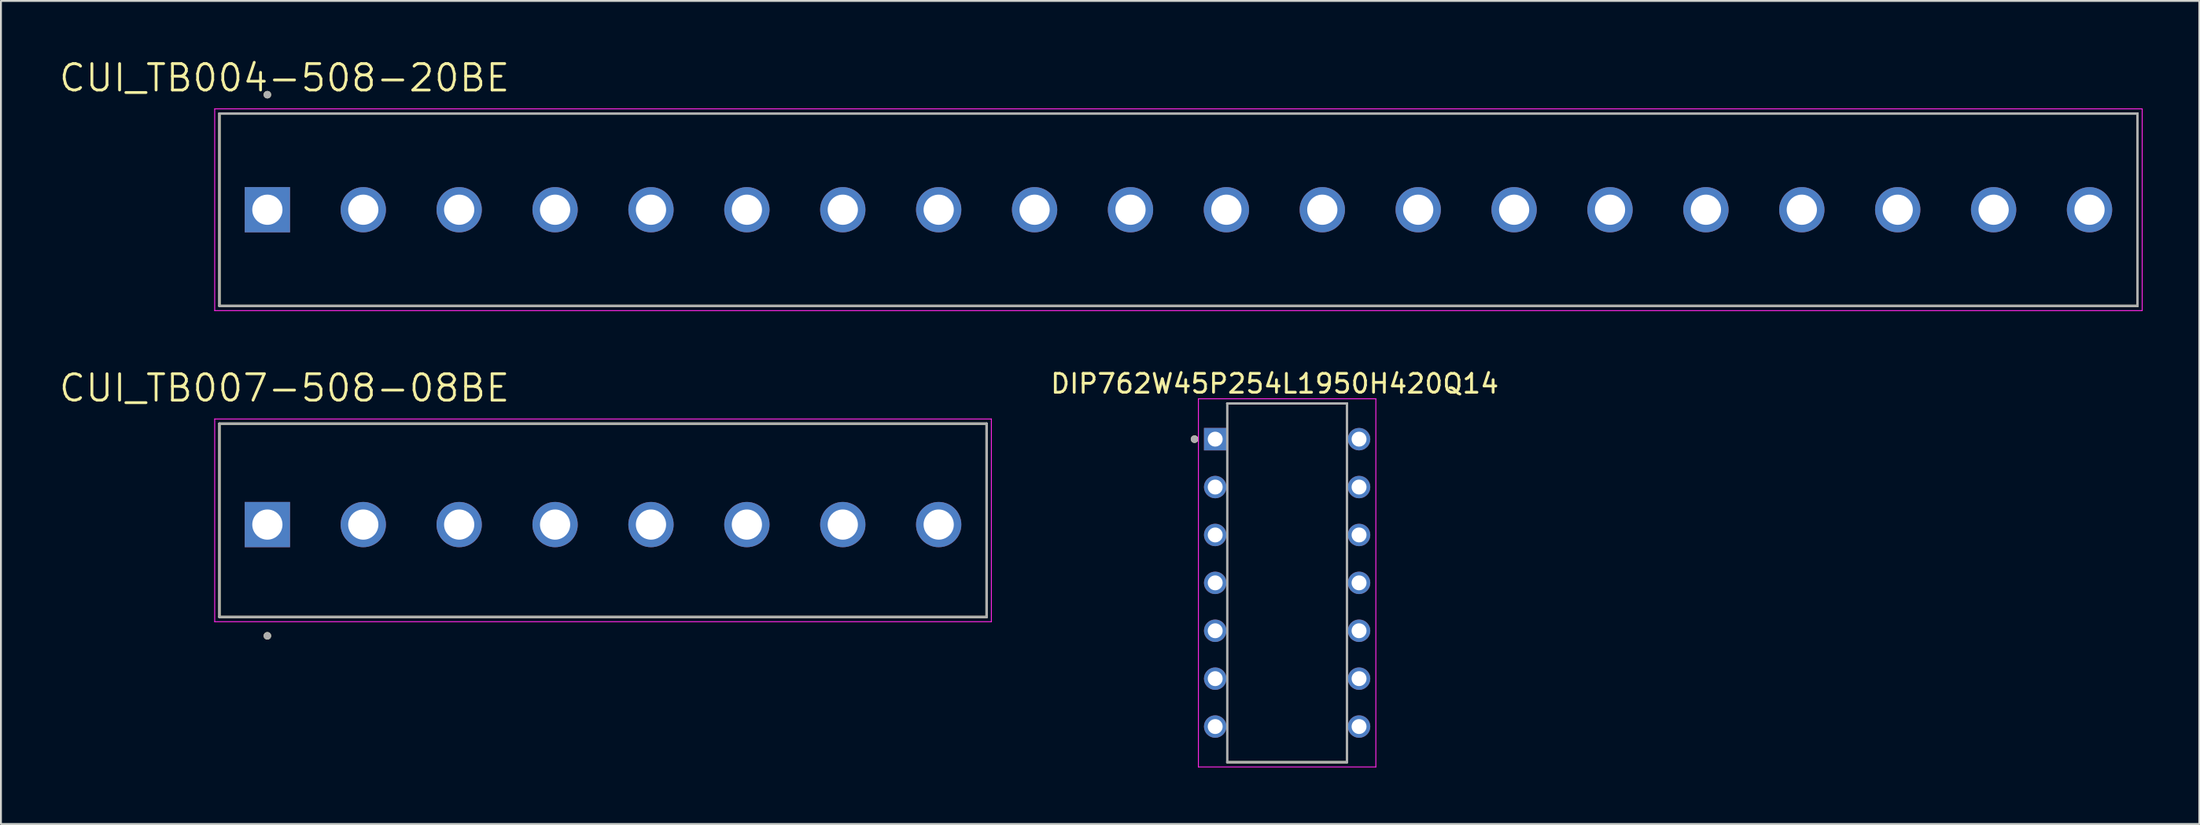
<source format=kicad_pcb>
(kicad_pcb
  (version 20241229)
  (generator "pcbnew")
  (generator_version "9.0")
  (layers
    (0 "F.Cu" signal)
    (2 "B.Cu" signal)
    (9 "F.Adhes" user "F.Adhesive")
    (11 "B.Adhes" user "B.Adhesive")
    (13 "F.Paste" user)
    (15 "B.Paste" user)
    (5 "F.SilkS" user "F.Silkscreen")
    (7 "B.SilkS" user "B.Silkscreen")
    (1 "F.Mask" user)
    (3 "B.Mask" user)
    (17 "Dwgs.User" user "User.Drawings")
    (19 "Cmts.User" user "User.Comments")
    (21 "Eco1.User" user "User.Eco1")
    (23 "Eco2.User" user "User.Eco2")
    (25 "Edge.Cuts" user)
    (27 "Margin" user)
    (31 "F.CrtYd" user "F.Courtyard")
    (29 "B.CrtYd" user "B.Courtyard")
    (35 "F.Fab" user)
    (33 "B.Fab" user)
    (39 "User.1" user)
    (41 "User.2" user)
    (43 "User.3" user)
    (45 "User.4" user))
  (footprint "CUI_TB007-508-08BE"
    (layer "F.Cu")
    (at 11.113 24.767)
    (property "Reference" "CUI_TB007-508-08BE" (at 0.905 -7.239 0) (layer "F.SilkS") (effects (font (size 1.4 1.4) (thickness 0.15))))
    (attr through_hole)
    (fp_line (start -2.54 -5.35) (end 38.1 -5.35) (stroke (width 0.127) (type solid)) (layer "F.SilkS"))
    (fp_line (start -2.54 4.9) (end -2.54 -5.35) (stroke (width 0.127) (type solid)) (layer "F.SilkS"))
    (fp_line (start 38.1 -5.35) (end 38.1 4.9) (stroke (width 0.127) (type solid)) (layer "F.SilkS"))
    (fp_line (start 38.1 4.9) (end -2.54 4.9) (stroke (width 0.127) (type solid)) (layer "F.SilkS"))
    (fp_circle (center 0 5.9) (end 0.1 5.9) (stroke (width 0.2) (type solid)) (fill no) (layer "F.SilkS"))
    (fp_line (start -2.79 -5.6) (end 38.35 -5.6) (stroke (width 0.05) (type solid)) (layer "F.CrtYd"))
    (fp_line (start -2.79 5.15) (end -2.79 -5.6) (stroke (width 0.05) (type solid)) (layer "F.CrtYd"))
    (fp_line (start 38.35 -5.6) (end 38.35 5.15) (stroke (width 0.05) (type solid)) (layer "F.CrtYd"))
    (fp_line (start 38.35 5.15) (end -2.79 5.15) (stroke (width 0.05) (type solid)) (layer "F.CrtYd"))
    (fp_line (start -2.54 -5.35) (end 38.1 -5.35) (stroke (width 0.127) (type solid)) (layer "F.Fab"))
    (fp_line (start -2.54 4.9) (end -2.54 -5.35) (stroke (width 0.127) (type solid)) (layer "F.Fab"))
    (fp_line (start 38.1 -5.35) (end 38.1 4.9) (stroke (width 0.127) (type solid)) (layer "F.Fab"))
    (fp_line (start 38.1 4.9) (end -2.54 4.9) (stroke (width 0.127) (type solid)) (layer "F.Fab"))
    (fp_circle (center 0 5.9) (end 0.1 5.9) (stroke (width 0.2) (type solid)) (fill no) (layer "F.Fab"))
    (pad "1" thru_hole rect (at 0 0) (size 2.4 2.4) (drill 1.6) (layers "*.Cu" "*.Mask"))
    (pad "2" thru_hole circle (at 5.08 0) (size 2.4 2.4) (drill 1.6) (layers "*.Cu" "*.Mask"))
    (pad "3" thru_hole circle (at 10.16 0) (size 2.4 2.4) (drill 1.6) (layers "*.Cu" "*.Mask"))
    (pad "4" thru_hole circle (at 15.24 0) (size 2.4 2.4) (drill 1.6) (layers "*.Cu" "*.Mask"))
    (pad "5" thru_hole circle (at 20.32 0) (size 2.4 2.4) (drill 1.6) (layers "*.Cu" "*.Mask"))
    (pad "6" thru_hole circle (at 25.4 0) (size 2.4 2.4) (drill 1.6) (layers "*.Cu" "*.Mask"))
    (pad "7" thru_hole circle (at 30.48 0) (size 2.4 2.4) (drill 1.6) (layers "*.Cu" "*.Mask"))
    (pad "8" thru_hole circle (at 35.56 0) (size 2.4 2.4) (drill 1.6) (layers "*.Cu" "*.Mask")))
  (footprint "DIP762W45P254L1950H420Q14"
    (layer "F.Cu")
    (at 65.13 27.857)
    (property "Reference" "DIP762W45P254L1950H420Q14" (at -0.66 -10.562 0) (layer "F.SilkS") (effects (font (size 1 1) (thickness 0.15))))
    (attr through_hole)
    (fp_line (start -3.17 -9.512) (end 3.17 -9.512) (stroke (width 0.127) (type solid)) (layer "F.SilkS"))
    (fp_line (start -3.17 9.512) (end 3.17 9.512) (stroke (width 0.127) (type solid)) (layer "F.SilkS"))
    (fp_circle (center -4.905 -7.62) (end -4.805 -7.62) (stroke (width 0.2) (type solid)) (fill no) (layer "F.SilkS"))
    (fp_line (start -4.7 -9.762) (end -4.7 9.762) (stroke (width 0.05) (type solid)) (layer "F.CrtYd"))
    (fp_line (start 4.7 -9.762) (end -4.7 -9.762) (stroke (width 0.05) (type solid)) (layer "F.CrtYd"))
    (fp_line (start 4.7 -9.762) (end 4.7 9.762) (stroke (width 0.05) (type solid)) (layer "F.CrtYd"))
    (fp_line (start 4.7 9.762) (end -4.7 9.762) (stroke (width 0.05) (type solid)) (layer "F.CrtYd"))
    (fp_line (start -3.17 -9.512) (end -3.17 9.512) (stroke (width 0.127) (type solid)) (layer "F.Fab"))
    (fp_line (start -3.17 -9.512) (end 3.17 -9.512) (stroke (width 0.127) (type solid)) (layer "F.Fab"))
    (fp_line (start -3.17 9.512) (end 3.17 9.512) (stroke (width 0.127) (type solid)) (layer "F.Fab"))
    (fp_line (start 3.17 -9.512) (end 3.17 9.512) (stroke (width 0.127) (type solid)) (layer "F.Fab"))
    (fp_circle (center -4.905 -7.62) (end -4.805 -7.62) (stroke (width 0.2) (type solid)) (fill no) (layer "F.Fab"))
    (pad "1" thru_hole rect (at -3.81 -7.62) (size 1.19 1.19) (drill 0.79) (layers "*.Cu" "*.Mask"))
    (pad "2" thru_hole circle (at -3.81 -5.08) (size 1.19 1.19) (drill 0.79) (layers "*.Cu" "*.Mask"))
    (pad "3" thru_hole circle (at -3.81 -2.54) (size 1.19 1.19) (drill 0.79) (layers "*.Cu" "*.Mask"))
    (pad "4" thru_hole circle (at -3.81 0) (size 1.19 1.19) (drill 0.79) (layers "*.Cu" "*.Mask"))
    (pad "5" thru_hole circle (at -3.81 2.54) (size 1.19 1.19) (drill 0.79) (layers "*.Cu" "*.Mask"))
    (pad "6" thru_hole circle (at -3.81 5.08) (size 1.19 1.19) (drill 0.79) (layers "*.Cu" "*.Mask"))
    (pad "7" thru_hole circle (at -3.81 7.62) (size 1.19 1.19) (drill 0.79) (layers "*.Cu" "*.Mask"))
    (pad "8" thru_hole circle (at 3.81 7.62) (size 1.19 1.19) (drill 0.79) (layers "*.Cu" "*.Mask"))
    (pad "9" thru_hole circle (at 3.81 5.08) (size 1.19 1.19) (drill 0.79) (layers "*.Cu" "*.Mask"))
    (pad "10" thru_hole circle (at 3.81 2.54) (size 1.19 1.19) (drill 0.79) (layers "*.Cu" "*.Mask"))
    (pad "11" thru_hole circle (at 3.81 0) (size 1.19 1.19) (drill 0.79) (layers "*.Cu" "*.Mask"))
    (pad "12" thru_hole circle (at 3.81 -2.54) (size 1.19 1.19) (drill 0.79) (layers "*.Cu" "*.Mask"))
    (pad "13" thru_hole circle (at 3.81 -5.08) (size 1.19 1.19) (drill 0.79) (layers "*.Cu" "*.Mask"))
    (pad "14" thru_hole circle (at 3.81 -7.62) (size 1.19 1.19) (drill 0.79) (layers "*.Cu" "*.Mask")))
  (footprint "CUI_TB004-508-20BE"
    (layer "F.Cu")
    (at 11.113 8.071)
    (property "Reference" "CUI_TB004-508-20BE" (at 0.905 -6.989 0) (layer "F.SilkS") (effects (font (size 1.4 1.4) (thickness 0.15))))
    (attr through_hole)
    (fp_line (start -2.54 -5.1) (end 99.06 -5.1) (stroke (width 0.127) (type solid)) (layer "F.SilkS"))
    (fp_line (start -2.54 5.1) (end -2.54 -5.1) (stroke (width 0.127) (type solid)) (layer "F.SilkS"))
    (fp_line (start 99.06 -5.1) (end 99.06 5.1) (stroke (width 0.127) (type solid)) (layer "F.SilkS"))
    (fp_line (start 99.06 5.1) (end -2.54 5.1) (stroke (width 0.127) (type solid)) (layer "F.SilkS"))
    (fp_circle (center 0 -6.1) (end 0.1 -6.1) (stroke (width 0.2) (type solid)) (fill no) (layer "F.SilkS"))
    (fp_line (start -2.79 -5.35) (end 99.31 -5.35) (stroke (width 0.05) (type solid)) (layer "F.CrtYd"))
    (fp_line (start -2.79 5.35) (end -2.79 -5.35) (stroke (width 0.05) (type solid)) (layer "F.CrtYd"))
    (fp_line (start 99.31 -5.35) (end 99.31 5.35) (stroke (width 0.05) (type solid)) (layer "F.CrtYd"))
    (fp_line (start 99.31 5.35) (end -2.79 5.35) (stroke (width 0.05) (type solid)) (layer "F.CrtYd"))
    (fp_line (start -2.54 -5.1) (end 99.06 -5.1) (stroke (width 0.127) (type solid)) (layer "F.Fab"))
    (fp_line (start -2.54 5.1) (end -2.54 -5.1) (stroke (width 0.127) (type solid)) (layer "F.Fab"))
    (fp_line (start 99.06 -5.1) (end 99.06 5.1) (stroke (width 0.127) (type solid)) (layer "F.Fab"))
    (fp_line (start 99.06 5.1) (end -2.54 5.1) (stroke (width 0.127) (type solid)) (layer "F.Fab"))
    (fp_circle (center 0 -6.1) (end 0.1 -6.1) (stroke (width 0.2) (type solid)) (fill no) (layer "F.Fab"))
    (pad "1" thru_hole rect (at 0 0) (size 2.4 2.4) (drill 1.6) (layers "*.Cu" "*.Mask"))
    (pad "2" thru_hole circle (at 5.08 0) (size 2.4 2.4) (drill 1.6) (layers "*.Cu" "*.Mask"))
    (pad "3" thru_hole circle (at 10.16 0) (size 2.4 2.4) (drill 1.6) (layers "*.Cu" "*.Mask"))
    (pad "4" thru_hole circle (at 15.24 0) (size 2.4 2.4) (drill 1.6) (layers "*.Cu" "*.Mask"))
    (pad "5" thru_hole circle (at 20.32 0) (size 2.4 2.4) (drill 1.6) (layers "*.Cu" "*.Mask"))
    (pad "6" thru_hole circle (at 25.4 0) (size 2.4 2.4) (drill 1.6) (layers "*.Cu" "*.Mask"))
    (pad "7" thru_hole circle (at 30.48 0) (size 2.4 2.4) (drill 1.6) (layers "*.Cu" "*.Mask"))
    (pad "8" thru_hole circle (at 35.56 0) (size 2.4 2.4) (drill 1.6) (layers "*.Cu" "*.Mask"))
    (pad "9" thru_hole circle (at 40.64 0) (size 2.4 2.4) (drill 1.6) (layers "*.Cu" "*.Mask"))
    (pad "10" thru_hole circle (at 45.72 0) (size 2.4 2.4) (drill 1.6) (layers "*.Cu" "*.Mask"))
    (pad "11" thru_hole circle (at 50.8 0) (size 2.4 2.4) (drill 1.6) (layers "*.Cu" "*.Mask"))
    (pad "12" thru_hole circle (at 55.88 0) (size 2.4 2.4) (drill 1.6) (layers "*.Cu" "*.Mask"))
    (pad "13" thru_hole circle (at 60.96 0) (size 2.4 2.4) (drill 1.6) (layers "*.Cu" "*.Mask"))
    (pad "14" thru_hole circle (at 66.04 0) (size 2.4 2.4) (drill 1.6) (layers "*.Cu" "*.Mask"))
    (pad "15" thru_hole circle (at 71.12 0) (size 2.4 2.4) (drill 1.6) (layers "*.Cu" "*.Mask"))
    (pad "16" thru_hole circle (at 76.2 0) (size 2.4 2.4) (drill 1.6) (layers "*.Cu" "*.Mask"))
    (pad "17" thru_hole circle (at 81.28 0) (size 2.4 2.4) (drill 1.6) (layers "*.Cu" "*.Mask"))
    (pad "18" thru_hole circle (at 86.36 0) (size 2.4 2.4) (drill 1.6) (layers "*.Cu" "*.Mask"))
    (pad "19" thru_hole circle (at 91.44 0) (size 2.4 2.4) (drill 1.6) (layers "*.Cu" "*.Mask"))
    (pad "20" thru_hole circle (at 96.52 0) (size 2.4 2.4) (drill 1.6) (layers "*.Cu" "*.Mask")))
  (gr_rect
    (start -3 -3)
    (end 113.448 40.644)
    (stroke (width 0.1) (type default))
    (fill no)
    (layer "Edge.Cuts")))
</source>
